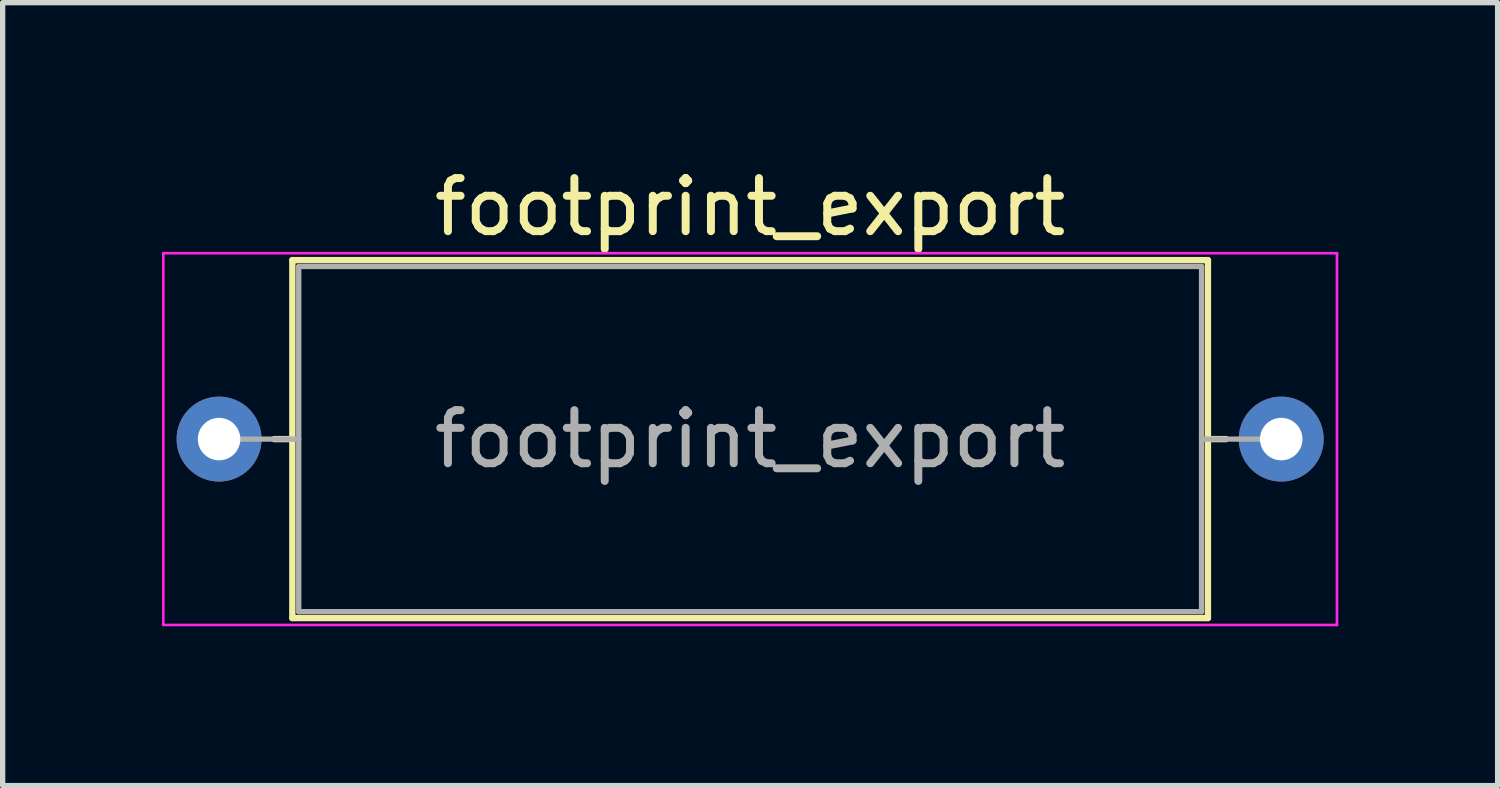
<source format=kicad_pcb>
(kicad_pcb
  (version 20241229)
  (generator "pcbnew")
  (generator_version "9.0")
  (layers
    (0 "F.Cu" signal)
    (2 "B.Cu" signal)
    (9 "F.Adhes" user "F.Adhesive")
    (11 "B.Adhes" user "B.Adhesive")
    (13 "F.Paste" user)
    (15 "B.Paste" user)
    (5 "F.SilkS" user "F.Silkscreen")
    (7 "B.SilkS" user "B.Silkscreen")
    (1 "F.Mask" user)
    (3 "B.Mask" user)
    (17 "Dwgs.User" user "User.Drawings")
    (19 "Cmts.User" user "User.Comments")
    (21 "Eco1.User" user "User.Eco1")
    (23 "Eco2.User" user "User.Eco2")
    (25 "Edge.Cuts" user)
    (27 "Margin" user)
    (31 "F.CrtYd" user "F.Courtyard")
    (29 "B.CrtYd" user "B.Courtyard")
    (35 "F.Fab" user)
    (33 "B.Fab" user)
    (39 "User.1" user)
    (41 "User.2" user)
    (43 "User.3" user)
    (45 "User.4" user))
  (footprint "footprint_export"
    (layer "F.Cu")
    (at 1.075 5.218)
    (property "Reference" "footprint_export" (at 10 -4.37 0) (layer "F.SilkS") (effects (font (size 1 1) (thickness 0.15))))
    (attr through_hole)
    (fp_line (start 1.04 0) (end 1.38 0) (stroke (width 0.12) (type solid)) (layer "F.SilkS"))
    (fp_line (start 1.38 -3.37) (end 1.38 3.37) (stroke (width 0.12) (type solid)) (layer "F.SilkS"))
    (fp_line (start 1.38 3.37) (end 18.62 3.37) (stroke (width 0.12) (type solid)) (layer "F.SilkS"))
    (fp_line (start 18.62 -3.37) (end 1.38 -3.37) (stroke (width 0.12) (type solid)) (layer "F.SilkS"))
    (fp_line (start 18.62 3.37) (end 18.62 -3.37) (stroke (width 0.12) (type solid)) (layer "F.SilkS"))
    (fp_line (start 18.96 0) (end 18.62 0) (stroke (width 0.12) (type solid)) (layer "F.SilkS"))
    (fp_line (start -1.05 -3.5) (end -1.05 3.5) (stroke (width 0.05) (type solid)) (layer "F.CrtYd"))
    (fp_line (start -1.05 3.5) (end 21.05 3.5) (stroke (width 0.05) (type solid)) (layer "F.CrtYd"))
    (fp_line (start 21.05 -3.5) (end -1.05 -3.5) (stroke (width 0.05) (type solid)) (layer "F.CrtYd"))
    (fp_line (start 21.05 3.5) (end 21.05 -3.5) (stroke (width 0.05) (type solid)) (layer "F.CrtYd"))
    (fp_line (start 0 0) (end 1.5 0) (stroke (width 0.1) (type solid)) (layer "F.Fab"))
    (fp_line (start 1.5 -3.25) (end 1.5 3.25) (stroke (width 0.1) (type solid)) (layer "F.Fab"))
    (fp_line (start 1.5 3.25) (end 18.5 3.25) (stroke (width 0.1) (type solid)) (layer "F.Fab"))
    (fp_line (start 18.5 -3.25) (end 1.5 -3.25) (stroke (width 0.1) (type solid)) (layer "F.Fab"))
    (fp_line (start 18.5 3.25) (end 18.5 -3.25) (stroke (width 0.1) (type solid)) (layer "F.Fab"))
    (fp_line (start 20 0) (end 18.5 0) (stroke (width 0.1) (type solid)) (layer "F.Fab"))
    (fp_text user "${REFERENCE}" (at 10 0 0) (layer "F.Fab") (effects (font (size 1 1) (thickness 0.15))))
    (pad "1" thru_hole circle (at 0 0) (size 1.6 1.6) (drill 0.8) (layers "*.Cu" "*.Mask"))
    (pad "2" thru_hole oval (at 20 0) (size 1.6 1.6) (drill 0.8) (layers "*.Cu" "*.Mask")))
  (gr_rect
    (start -3 -3)
    (end 25.15 11.743)
    (stroke (width 0.1) (type default))
    (fill no)
    (layer "Edge.Cuts")))
</source>
